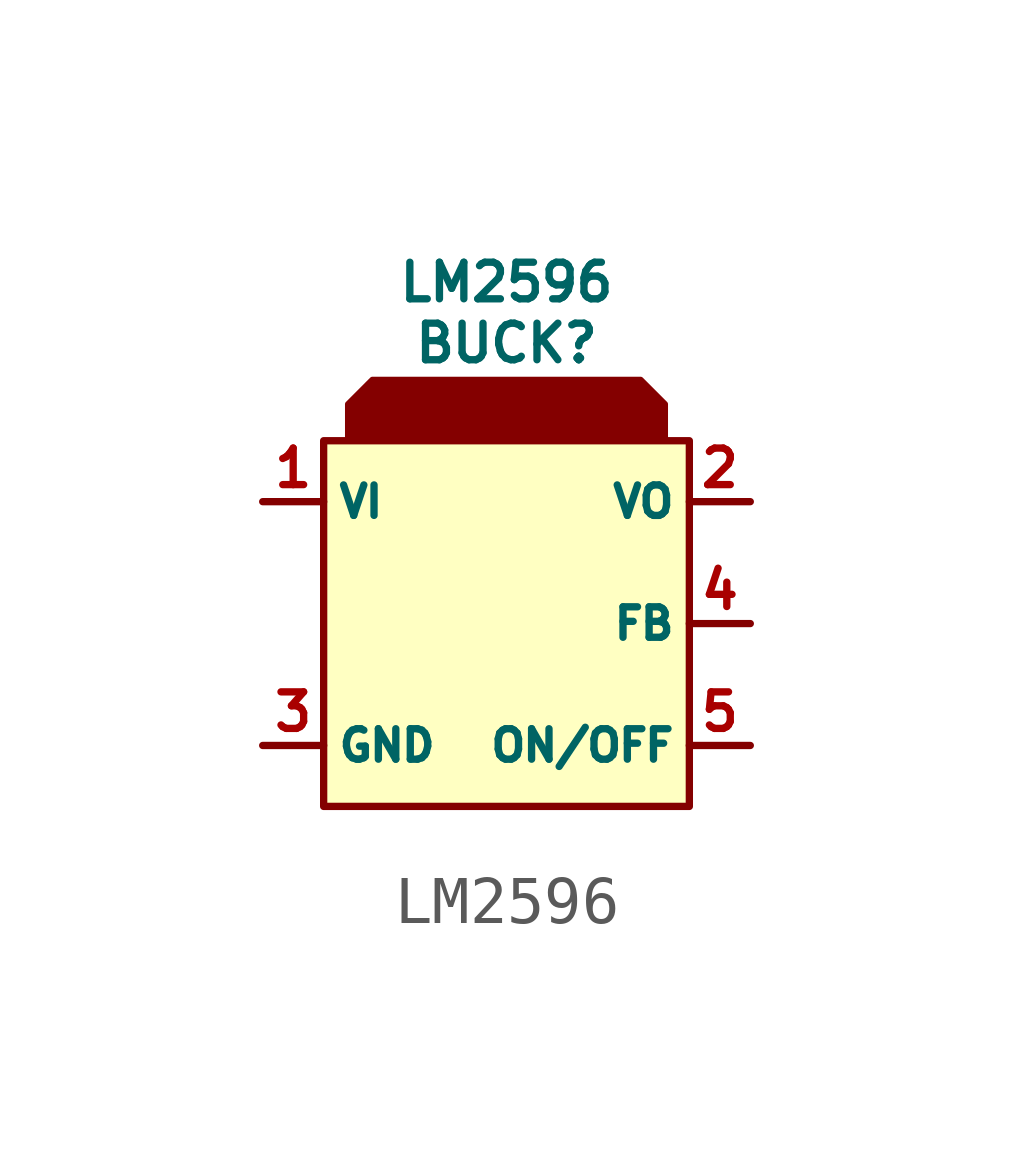
<source format=kicad_sym>
(kicad_symbol_lib
  (version 20231120)
  (generator "kicad_symbol_editor")
  (generator_version "8.0")
  (symbol "LM2596"
    (pin_names
      (offset 0.254))
    (property "Reference" "BUCK"
      (at 0 5.842 0)
      (effects (font (size 0.762 0.762))))
    (property "Value" "LM2596"
      (at 0 7.112 0)
      (effects (font (size 0.762 0.762) (bold yes))))
    (symbol "LM2596_0_1"
      (rectangle (start -3.81 3.81) (end 3.81 -3.81) (stroke (width 0) (type solid)) (fill (type background)))
      (polyline (pts (xy 3.302 3.81) (xy 3.302 4.572) (xy 2.794 5.08) (xy -2.794 5.08) (xy -3.302 4.572) (xy -3.302 3.81)) (stroke (width 0.127) (type solid)) (fill (type outline))))
    (symbol "LM2596_1_1"
      (pin power_in line (at -5.08 2.54 0) (length 1.27) (name "VI" (effects (font (size 0.635 0.635)))) (number "1" (effects (font (size 0.762 0.762)))))
      (pin power_out line (at 5.08 2.54 180) (length 1.27) (name "VO" (effects (font (size 0.635 0.635)))) (number "2" (effects (font (size 0.762 0.762)))))
      (pin power_in line (at -5.08 -2.54 0) (length 1.27) (name "GND" (effects (font (size 0.635 0.635)))) (number "3" (effects (font (size 0.762 0.762)))))
      (pin power_out line (at 5.08 0 180) (length 1.27) (name "FB" (effects (font (size 0.635 0.635)))) (number "4" (effects (font (size 0.762 0.762)))))
      (pin power_out line (at 5.08 -2.54 180) (length 1.27) (name "ON/OFF" (effects (font (size 0.635 0.635)))) (number "5" (effects (font (size 0.762 0.762))))))))
</source>
